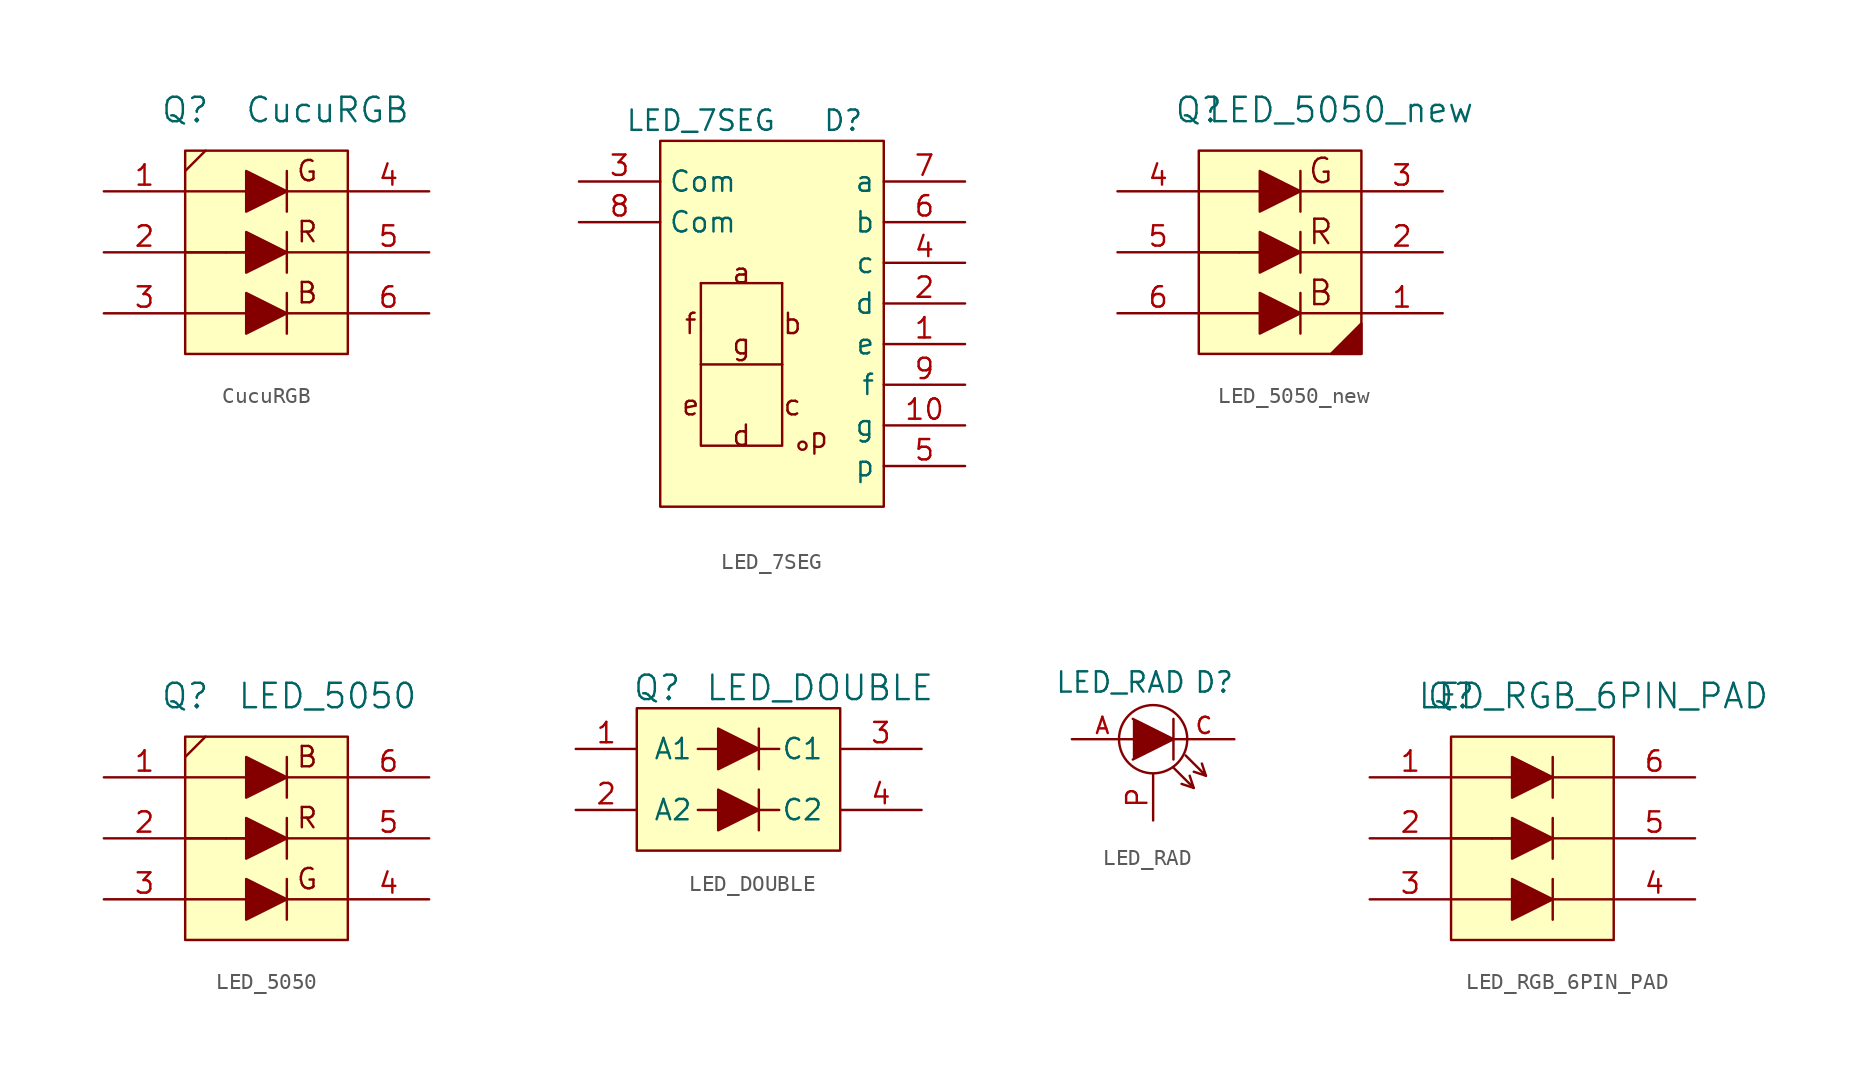
<source format=kicad_sym>
(kicad_symbol_lib
  (version 20231120)
  (generator "kicad_symbol_editor")
  (generator_version "8.0")
  (symbol "CucuRGB"
    (pin_names
      (offset 1.016) hide)
    (property "Reference" "Q"
      (at -5.08 8.89 0)
      (effects (font (size 1.524 1.524))))
    (property "Value" "CucuRGB"
      (at 3.81 8.89 0)
      (effects (font (size 1.524 1.524))))
    (symbol "CucuRGB_0_0"
      (polyline (pts (xy -5.08 5.08) (xy -3.81 6.35)) (stroke (width 0) (type default)) (fill (type none)))
      (text "B" (at 2.54 -2.54 0) (effects (font (size 1.27 1.27))))
      (text "G" (at 2.54 5.08 0) (effects (font (size 1.27 1.27))))
      (text "R" (at 2.54 1.27 0) (effects (font (size 1.27 1.27)))))
    (symbol "CucuRGB_0_1"
      (rectangle (start -5.08 6.35) (end 5.08 -6.35) (stroke (width 0) (type default)) (fill (type background)))
      (polyline (pts (xy -5.08 -3.81) (xy -1.27 -3.81) (xy -1.27 -3.81)) (stroke (width 0) (type default)) (fill (type none)))
      (polyline (pts (xy -5.08 0) (xy -2.54 0) (xy -2.54 0)) (stroke (width 0) (type default)) (fill (type none)))
      (polyline (pts (xy -5.08 0) (xy -1.27 0) (xy -1.27 0)) (stroke (width 0) (type default)) (fill (type none)))
      (polyline (pts (xy -5.08 3.81) (xy -1.27 3.81) (xy -1.27 3.81)) (stroke (width 0) (type default)) (fill (type none)))
      (polyline (pts (xy -2.54 0) (xy -1.27 0) (xy -1.27 0)) (stroke (width 0) (type default)) (fill (type none)))
      (polyline (pts (xy 1.27 -3.81) (xy 5.08 -3.81) (xy 5.08 -3.81)) (stroke (width 0) (type default)) (fill (type none)))
      (polyline (pts (xy 1.27 -2.54) (xy 1.27 -5.08) (xy 1.27 -5.08)) (stroke (width 0) (type default)) (fill (type none)))
      (polyline (pts (xy 1.27 0) (xy 5.08 0) (xy 5.08 0)) (stroke (width 0) (type default)) (fill (type none)))
      (polyline (pts (xy 1.27 1.27) (xy 1.27 -1.27) (xy 1.27 -1.27)) (stroke (width 0) (type default)) (fill (type none)))
      (polyline (pts (xy 1.27 3.81) (xy 5.08 3.81) (xy 5.08 3.81)) (stroke (width 0) (type default)) (fill (type none)))
      (polyline (pts (xy 1.27 5.08) (xy 1.27 2.54) (xy 1.27 2.54)) (stroke (width 0) (type default)) (fill (type none)))
      (polyline (pts (xy -1.27 -2.54) (xy -1.27 -5.08) (xy 1.27 -3.81) (xy -1.27 -2.54) (xy -1.27 -2.54)) (stroke (width 0) (type default)) (fill (type outline)))
      (polyline (pts (xy -1.27 1.27) (xy -1.27 -1.27) (xy 1.27 0) (xy -1.27 1.27) (xy -1.27 1.27)) (stroke (width 0) (type default)) (fill (type outline)))
      (polyline (pts (xy -1.27 5.08) (xy -1.27 2.54) (xy 1.27 3.81) (xy -1.27 5.08) (xy -1.27 5.08)) (stroke (width 0) (type default)) (fill (type outline))))
    (symbol "CucuRGB_1_1"
      (pin passive line (at -10.16 3.81 0) (length 5.08) (name "~" (effects (font (size 1.27 1.27)))) (number "1" (effects (font (size 1.27 1.27)))))
      (pin passive line (at -10.16 0 0) (length 5.08) (name "~" (effects (font (size 1.27 1.27)))) (number "2" (effects (font (size 1.27 1.27)))))
      (pin passive line (at -10.16 -3.81 0) (length 5.08) (name "~" (effects (font (size 1.27 1.27)))) (number "3" (effects (font (size 1.27 1.27)))))
      (pin passive line (at 10.16 3.81 180) (length 5.08) (name "~" (effects (font (size 1.27 1.27)))) (number "4" (effects (font (size 1.27 1.27)))))
      (pin passive line (at 10.16 0 180) (length 5.08) (name "G" (effects (font (size 1.27 1.27)))) (number "5" (effects (font (size 1.27 1.27)))))
      (pin passive line (at 10.16 -3.81 180) (length 5.08) (name "B" (effects (font (size 1.27 1.27)))) (number "6" (effects (font (size 1.27 1.27)))))))
  (symbol "LED_7SEG"
    (property "Reference" "D"
      (at 3.81 11.43 0)
      (effects (font (size 1.27 1.27))))
    (property "Value" "LED_7SEG"
      (at -5.08 11.43 0)
      (effects (font (size 1.27 1.27))))
    (symbol "LED_7SEG_0_0"
      (rectangle (start -7.62 10.16) (end 6.35 -12.7) (stroke (width 0) (type default)) (fill (type background)))
      (polyline (pts (xy -5.08 -3.81) (xy -5.08 1.27)) (stroke (width 0) (type default)) (fill (type none)))
      (polyline (pts (xy -5.08 -3.81) (xy 0 -3.81)) (stroke (width 0) (type default)) (fill (type none)))
      (polyline (pts (xy -5.08 1.27) (xy 0 1.27)) (stroke (width 0) (type default)) (fill (type none)))
      (polyline (pts (xy 0 1.27) (xy 0 -3.81)) (stroke (width 0) (type default)) (fill (type none)))
      (polyline (pts (xy 0 -3.81) (xy 0 -8.89) (xy -5.08 -8.89) (xy -5.08 -3.81)) (stroke (width 0) (type default)) (fill (type none)))
      (circle (center 1.27 -8.89) (radius 0.254) (stroke (width 0) (type default)) (fill (type none)))
      (text "a" (at -2.54 1.905 0) (effects (font (size 1.27 1.27))))
      (text "b" (at 0.635 -1.27 0) (effects (font (size 1.27 1.27))))
      (text "c" (at 0.635 -6.35 0) (effects (font (size 1.27 1.27))))
      (text "d" (at -2.54 -8.255 0) (effects (font (size 1.27 1.27))))
      (text "e" (at -5.715 -6.35 0) (effects (font (size 1.27 1.27))))
      (text "f" (at -5.715 -1.27 0) (effects (font (size 1.27 1.27))))
      (text "g" (at -2.54 -2.54 0) (effects (font (size 1.27 1.27))))
      (text "p" (at 2.286 -8.382 0) (effects (font (size 1.27 1.27)))))
    (symbol "LED_7SEG_1_1"
      (pin passive line (at 11.43 -2.54 180) (length 5.08) (name "e" (effects (font (size 1.27 1.27)))) (number "1" (effects (font (size 1.27 1.27)))))
      (pin passive line (at 11.43 -7.62 180) (length 5.08) (name "g" (effects (font (size 1.27 1.27)))) (number "10" (effects (font (size 1.27 1.27)))))
      (pin passive line (at 11.43 0 180) (length 5.08) (name "d" (effects (font (size 1.27 1.27)))) (number "2" (effects (font (size 1.27 1.27)))))
      (pin passive line (at -12.7 7.62 0) (length 5.08) (name "Com" (effects (font (size 1.27 1.27)))) (number "3" (effects (font (size 1.27 1.27)))))
      (pin passive line (at 11.43 2.54 180) (length 5.08) (name "c" (effects (font (size 1.27 1.27)))) (number "4" (effects (font (size 1.27 1.27)))))
      (pin passive line (at 11.43 -10.16 180) (length 5.08) (name "p" (effects (font (size 1.27 1.27)))) (number "5" (effects (font (size 1.27 1.27)))))
      (pin passive line (at 11.43 5.08 180) (length 5.08) (name "b" (effects (font (size 1.27 1.27)))) (number "6" (effects (font (size 1.27 1.27)))))
      (pin passive line (at 11.43 7.62 180) (length 5.08) (name "a" (effects (font (size 1.27 1.27)))) (number "7" (effects (font (size 1.27 1.27)))))
      (pin passive line (at -12.7 5.08 0) (length 5.08) (name "Com" (effects (font (size 1.27 1.27)))) (number "8" (effects (font (size 1.27 1.27)))))
      (pin passive line (at 11.43 -5.08 180) (length 5.08) (name "f" (effects (font (size 1.27 1.27)))) (number "9" (effects (font (size 1.27 1.27)))))))
  (symbol "LED_5050_new"
    (pin_names
      (offset 1.016) hide)
    (property "Reference" "Q"
      (at -5.08 8.89 0)
      (effects (font (size 1.524 1.524))))
    (property "Value" "LED_5050_new"
      (at 3.81 8.89 0)
      (effects (font (size 1.524 1.524))))
    (symbol "LED_5050_new_0_0"
      (text "B" (at 2.54 -2.54 0) (effects (font (size 1.524 1.524))))
      (text "G" (at 2.54 5.08 0) (effects (font (size 1.524 1.524))))
      (text "R" (at 2.54 1.27 0) (effects (font (size 1.524 1.524)))))
    (symbol "LED_5050_new_0_1"
      (rectangle (start -5.08 6.35) (end 5.08 -6.35) (stroke (width 0) (type default)) (fill (type background)))
      (polyline (pts (xy -5.08 -3.81) (xy -1.27 -3.81) (xy -1.27 -3.81)) (stroke (width 0) (type default)) (fill (type none)))
      (polyline (pts (xy -5.08 0) (xy -2.54 0) (xy -2.54 0)) (stroke (width 0) (type default)) (fill (type none)))
      (polyline (pts (xy -5.08 0) (xy -1.27 0) (xy -1.27 0)) (stroke (width 0) (type default)) (fill (type none)))
      (polyline (pts (xy -5.08 3.81) (xy -1.27 3.81) (xy -1.27 3.81)) (stroke (width 0) (type default)) (fill (type none)))
      (polyline (pts (xy -2.54 0) (xy -1.27 0) (xy -1.27 0)) (stroke (width 0) (type default)) (fill (type none)))
      (polyline (pts (xy 1.27 -3.81) (xy 5.08 -3.81) (xy 5.08 -3.81)) (stroke (width 0) (type default)) (fill (type none)))
      (polyline (pts (xy 1.27 -2.54) (xy 1.27 -5.08) (xy 1.27 -5.08)) (stroke (width 0) (type default)) (fill (type none)))
      (polyline (pts (xy 1.27 0) (xy 5.08 0) (xy 5.08 0)) (stroke (width 0) (type default)) (fill (type none)))
      (polyline (pts (xy 1.27 1.27) (xy 1.27 -1.27) (xy 1.27 -1.27)) (stroke (width 0) (type default)) (fill (type none)))
      (polyline (pts (xy 1.27 3.81) (xy 5.08 3.81) (xy 5.08 3.81)) (stroke (width 0) (type default)) (fill (type none)))
      (polyline (pts (xy 1.27 5.08) (xy 1.27 2.54) (xy 1.27 2.54)) (stroke (width 0) (type default)) (fill (type none)))
      (polyline (pts (xy 5.08 -4.445) (xy 5.08 -6.35) (xy 3.175 -6.35) (xy 5.08 -4.445)) (stroke (width 0) (type default)) (fill (type outline)))
      (polyline (pts (xy -1.27 -2.54) (xy -1.27 -5.08) (xy 1.27 -3.81) (xy -1.27 -2.54) (xy -1.27 -2.54)) (stroke (width 0) (type default)) (fill (type outline)))
      (polyline (pts (xy -1.27 1.27) (xy -1.27 -1.27) (xy 1.27 0) (xy -1.27 1.27) (xy -1.27 1.27)) (stroke (width 0) (type default)) (fill (type outline)))
      (polyline (pts (xy -1.27 5.08) (xy -1.27 2.54) (xy 1.27 3.81) (xy -1.27 5.08) (xy -1.27 5.08)) (stroke (width 0) (type default)) (fill (type outline))))
    (symbol "LED_5050_new_1_1"
      (pin passive line (at 10.16 -3.81 180) (length 5.08) (name "~" (effects (font (size 1.27 1.27)))) (number "1" (effects (font (size 1.27 1.27)))))
      (pin passive line (at 10.16 0 180) (length 5.08) (name "~" (effects (font (size 1.27 1.27)))) (number "2" (effects (font (size 1.27 1.27)))))
      (pin passive line (at 10.16 3.81 180) (length 5.08) (name "~" (effects (font (size 1.27 1.27)))) (number "3" (effects (font (size 1.27 1.27)))))
      (pin passive line (at -10.16 3.81 0) (length 5.08) (name "B" (effects (font (size 1.27 1.27)))) (number "4" (effects (font (size 1.27 1.27)))))
      (pin passive line (at -10.16 0 0) (length 5.08) (name "G" (effects (font (size 1.27 1.27)))) (number "5" (effects (font (size 1.27 1.27)))))
      (pin passive line (at -10.16 -3.81 0) (length 5.08) (name "~" (effects (font (size 1.27 1.27)))) (number "6" (effects (font (size 1.27 1.27)))))))
  (symbol "LED_5050"
    (pin_names
      (offset 1.016) hide)
    (property "Reference" "Q"
      (at -5.08 8.89 0)
      (effects (font (size 1.524 1.524))))
    (property "Value" "LED_5050"
      (at 3.81 8.89 0)
      (effects (font (size 1.524 1.524))))
    (symbol "LED_5050_0_0"
      (polyline (pts (xy -5.08 5.08) (xy -3.81 6.35)) (stroke (width 0) (type default)) (fill (type none)))
      (text "B" (at 2.54 5.08 0) (effects (font (size 1.27 1.27))))
      (text "G" (at 2.54 -2.54 0) (effects (font (size 1.27 1.27))))
      (text "R" (at 2.54 1.27 0) (effects (font (size 1.27 1.27)))))
    (symbol "LED_5050_0_1"
      (rectangle (start -5.08 6.35) (end 5.08 -6.35) (stroke (width 0) (type default)) (fill (type background)))
      (polyline (pts (xy -5.08 -3.81) (xy -1.27 -3.81) (xy -1.27 -3.81)) (stroke (width 0) (type default)) (fill (type none)))
      (polyline (pts (xy -5.08 0) (xy -2.54 0) (xy -2.54 0)) (stroke (width 0) (type default)) (fill (type none)))
      (polyline (pts (xy -5.08 0) (xy -1.27 0) (xy -1.27 0)) (stroke (width 0) (type default)) (fill (type none)))
      (polyline (pts (xy -5.08 3.81) (xy -1.27 3.81) (xy -1.27 3.81)) (stroke (width 0) (type default)) (fill (type none)))
      (polyline (pts (xy -2.54 0) (xy -1.27 0) (xy -1.27 0)) (stroke (width 0) (type default)) (fill (type none)))
      (polyline (pts (xy 1.27 -3.81) (xy 5.08 -3.81) (xy 5.08 -3.81)) (stroke (width 0) (type default)) (fill (type none)))
      (polyline (pts (xy 1.27 -2.54) (xy 1.27 -5.08) (xy 1.27 -5.08)) (stroke (width 0) (type default)) (fill (type none)))
      (polyline (pts (xy 1.27 0) (xy 5.08 0) (xy 5.08 0)) (stroke (width 0) (type default)) (fill (type none)))
      (polyline (pts (xy 1.27 1.27) (xy 1.27 -1.27) (xy 1.27 -1.27)) (stroke (width 0) (type default)) (fill (type none)))
      (polyline (pts (xy 1.27 3.81) (xy 5.08 3.81) (xy 5.08 3.81)) (stroke (width 0) (type default)) (fill (type none)))
      (polyline (pts (xy 1.27 5.08) (xy 1.27 2.54) (xy 1.27 2.54)) (stroke (width 0) (type default)) (fill (type none)))
      (polyline (pts (xy -1.27 -2.54) (xy -1.27 -5.08) (xy 1.27 -3.81) (xy -1.27 -2.54) (xy -1.27 -2.54)) (stroke (width 0) (type default)) (fill (type outline)))
      (polyline (pts (xy -1.27 1.27) (xy -1.27 -1.27) (xy 1.27 0) (xy -1.27 1.27) (xy -1.27 1.27)) (stroke (width 0) (type default)) (fill (type outline)))
      (polyline (pts (xy -1.27 5.08) (xy -1.27 2.54) (xy 1.27 3.81) (xy -1.27 5.08) (xy -1.27 5.08)) (stroke (width 0) (type default)) (fill (type outline))))
    (symbol "LED_5050_1_1"
      (pin passive line (at -10.16 3.81 0) (length 5.08) (name "~" (effects (font (size 1.27 1.27)))) (number "1" (effects (font (size 1.27 1.27)))))
      (pin passive line (at -10.16 0 0) (length 5.08) (name "~" (effects (font (size 1.27 1.27)))) (number "2" (effects (font (size 1.27 1.27)))))
      (pin passive line (at -10.16 -3.81 0) (length 5.08) (name "~" (effects (font (size 1.27 1.27)))) (number "3" (effects (font (size 1.27 1.27)))))
      (pin passive line (at 10.16 -3.81 180) (length 5.08) (name "B" (effects (font (size 1.27 1.27)))) (number "4" (effects (font (size 1.27 1.27)))))
      (pin passive line (at 10.16 0 180) (length 5.08) (name "G" (effects (font (size 1.27 1.27)))) (number "5" (effects (font (size 1.27 1.27)))))
      (pin passive line (at 10.16 3.81 180) (length 5.08) (name "~" (effects (font (size 1.27 1.27)))) (number "6" (effects (font (size 1.27 1.27)))))))
  (symbol "LED_DOUBLE"
    (pin_names
      (offset 1.016))
    (property "Reference" "Q"
      (at -5.08 5.08 0)
      (effects (font (size 1.524 1.524))))
    (property "Value" "LED_DOUBLE"
      (at 5.08 5.08 0)
      (effects (font (size 1.524 1.524))))
    (property "Footprint" ""
      (at 0 -2.54 0)
      (effects (font (size 1.524 1.524))))
    (property "Datasheet" ""
      (at 0 -2.54 0)
      (effects (font (size 1.524 1.524))))
    (symbol "LED_DOUBLE_0_1"
      (rectangle (start -6.35 3.81) (end 6.35 -5.08) (stroke (width 0) (type default)) (fill (type background)))
      (polyline (pts (xy -2.54 1.27) (xy -1.27 1.27)) (stroke (width 0) (type default)) (fill (type none)))
      (polyline (pts (xy 1.27 -2.54) (xy 2.54 -2.54)) (stroke (width 0) (type default)) (fill (type none)))
      (polyline (pts (xy 1.27 1.27) (xy 2.54 1.27)) (stroke (width 0) (type default)) (fill (type none)))
      (polyline (pts (xy -2.54 -2.54) (xy -1.27 -2.54) (xy -1.27 -2.54)) (stroke (width 0) (type default)) (fill (type none)))
      (polyline (pts (xy 1.27 -1.27) (xy 1.27 -3.81) (xy 1.27 -3.81)) (stroke (width 0) (type default)) (fill (type none)))
      (polyline (pts (xy 1.27 2.54) (xy 1.27 0) (xy 1.27 0)) (stroke (width 0) (type default)) (fill (type none)))
      (polyline (pts (xy -1.27 -1.27) (xy -1.27 -3.81) (xy 1.27 -2.54) (xy -1.27 -1.27) (xy -1.27 -1.27)) (stroke (width 0) (type default)) (fill (type outline)))
      (polyline (pts (xy -1.27 2.54) (xy -1.27 0) (xy 1.27 1.27) (xy -1.27 2.54) (xy -1.27 2.54)) (stroke (width 0) (type default)) (fill (type outline))))
    (symbol "LED_DOUBLE_1_1"
      (pin passive line (at -10.16 1.27 0) (length 3.81) (name "A1" (effects (font (size 1.27 1.27)))) (number "1" (effects (font (size 1.27 1.27)))))
      (pin passive line (at -10.16 -2.54 0) (length 3.81) (name "A2" (effects (font (size 1.27 1.27)))) (number "2" (effects (font (size 1.27 1.27)))))
      (pin passive line (at 11.43 1.27 180) (length 5.08) (name "C1" (effects (font (size 1.27 1.27)))) (number "3" (effects (font (size 1.27 1.27)))))
      (pin passive line (at 11.43 -2.54 180) (length 5.08) (name "C2" (effects (font (size 1.27 1.27)))) (number "4" (effects (font (size 1.27 1.27)))))))
  (symbol "LED_RAD"
    (pin_names
      (offset 1.016) hide)
    (property "Reference" "D"
      (at 3.81 3.556 0)
      (effects (font (size 1.27 1.27))))
    (property "Value" "LED_RAD"
      (at -2.032 3.556 0)
      (effects (font (size 1.27 1.27))))
    (property "Footprint" ""
      (at 0 0 0)
      (effects (font (size 1.524 1.524))))
    (property "Datasheet" ""
      (at 0 0 0)
      (effects (font (size 1.524 1.524))))
    (symbol "LED_RAD_0_1"
      (polyline (pts (xy 1.27 1.27) (xy 1.27 -1.27)) (stroke (width 0) (type default)) (fill (type none)))
      (polyline (pts (xy 2.54 -3.048) (xy 1.778 -2.794)) (stroke (width 0) (type default)) (fill (type none)))
      (polyline (pts (xy 3.302 -2.286) (xy 2.54 -2.032)) (stroke (width 0) (type default)) (fill (type none)))
      (polyline (pts (xy -1.27 1.27) (xy 1.27 0) (xy -1.27 -1.27)) (stroke (width 0) (type default)) (fill (type outline)))
      (polyline (pts (xy 1.27 -1.778) (xy 2.54 -3.048) (xy 2.286 -2.286) (xy 2.286 -2.286)) (stroke (width 0) (type default)) (fill (type none)))
      (polyline (pts (xy 2.032 -1.016) (xy 3.302 -2.286) (xy 3.048 -1.524) (xy 3.048 -1.524)) (stroke (width 0) (type default)) (fill (type none)))
      (circle (center 0 0) (radius 2.134) (stroke (width 0) (type default)) (fill (type none))))
    (symbol "LED_RAD_1_1"
      (pin passive line (at -5.08 0 0) (length 3.81) (name "A" (effects (font (size 1.016 1.016)))) (number "A" (effects (font (size 1.016 1.016)))))
      (pin passive line (at 5.08 0 180) (length 3.81) (name "C" (effects (font (size 1.016 1.016)))) (number "C" (effects (font (size 1.016 1.016)))))
      (pin passive line (at 0 -5.08 90) (length 2.87) (name "~" (effects (font (size 1.27 1.27)))) (number "P" (effects (font (size 1.27 1.27)))))))
  (symbol "LED_RGB_6PIN_PAD"
    (pin_names
      (offset 1.016) hide)
    (property "Reference" "Q"
      (at -5.08 8.89 0)
      (effects (font (size 1.524 1.524))))
    (property "Value" "LED_RGB_6PIN_PAD"
      (at 3.81 8.89 0)
      (effects (font (size 1.524 1.524))))
    (symbol "LED_RGB_6PIN_PAD_0_1"
      (rectangle (start -5.08 6.35) (end 5.08 -6.35) (stroke (width 0) (type default)) (fill (type background)))
      (polyline (pts (xy -5.08 -3.81) (xy -1.27 -3.81) (xy -1.27 -3.81)) (stroke (width 0) (type default)) (fill (type none)))
      (polyline (pts (xy -5.08 0) (xy -2.54 0) (xy -2.54 0)) (stroke (width 0) (type default)) (fill (type none)))
      (polyline (pts (xy -5.08 0) (xy -1.27 0) (xy -1.27 0)) (stroke (width 0) (type default)) (fill (type none)))
      (polyline (pts (xy -5.08 3.81) (xy -1.27 3.81) (xy -1.27 3.81)) (stroke (width 0) (type default)) (fill (type none)))
      (polyline (pts (xy -2.54 0) (xy -1.27 0) (xy -1.27 0)) (stroke (width 0) (type default)) (fill (type none)))
      (polyline (pts (xy 1.27 -3.81) (xy 5.08 -3.81) (xy 5.08 -3.81)) (stroke (width 0) (type default)) (fill (type none)))
      (polyline (pts (xy 1.27 -2.54) (xy 1.27 -5.08) (xy 1.27 -5.08)) (stroke (width 0) (type default)) (fill (type none)))
      (polyline (pts (xy 1.27 0) (xy 5.08 0) (xy 5.08 0)) (stroke (width 0) (type default)) (fill (type none)))
      (polyline (pts (xy 1.27 1.27) (xy 1.27 -1.27) (xy 1.27 -1.27)) (stroke (width 0) (type default)) (fill (type none)))
      (polyline (pts (xy 1.27 3.81) (xy 5.08 3.81) (xy 5.08 3.81)) (stroke (width 0) (type default)) (fill (type none)))
      (polyline (pts (xy 1.27 5.08) (xy 1.27 2.54) (xy 1.27 2.54)) (stroke (width 0) (type default)) (fill (type none)))
      (polyline (pts (xy -1.27 -2.54) (xy -1.27 -5.08) (xy 1.27 -3.81) (xy -1.27 -2.54) (xy -1.27 -2.54)) (stroke (width 0) (type default)) (fill (type outline)))
      (polyline (pts (xy -1.27 1.27) (xy -1.27 -1.27) (xy 1.27 0) (xy -1.27 1.27) (xy -1.27 1.27)) (stroke (width 0) (type default)) (fill (type outline)))
      (polyline (pts (xy -1.27 5.08) (xy -1.27 2.54) (xy 1.27 3.81) (xy -1.27 5.08) (xy -1.27 5.08)) (stroke (width 0) (type default)) (fill (type outline))))
    (symbol "LED_RGB_6PIN_PAD_1_1"
      (pin passive line (at -10.16 3.81 0) (length 5.08) (name "~" (effects (font (size 1.27 1.27)))) (number "1" (effects (font (size 1.27 1.27)))))
      (pin passive line (at -10.16 0 0) (length 5.08) (name "~" (effects (font (size 1.27 1.27)))) (number "2" (effects (font (size 1.27 1.27)))))
      (pin passive line (at -10.16 -3.81 0) (length 5.08) (name "~" (effects (font (size 1.27 1.27)))) (number "3" (effects (font (size 1.27 1.27)))))
      (pin passive line (at 10.16 -3.81 180) (length 5.08) (name "B" (effects (font (size 1.27 1.27)))) (number "4" (effects (font (size 1.27 1.27)))))
      (pin passive line (at 10.16 0 180) (length 5.08) (name "G" (effects (font (size 1.27 1.27)))) (number "5" (effects (font (size 1.27 1.27)))))
      (pin passive line (at 10.16 3.81 180) (length 5.08) (name "~" (effects (font (size 1.27 1.27)))) (number "6" (effects (font (size 1.27 1.27))))))))
</source>
